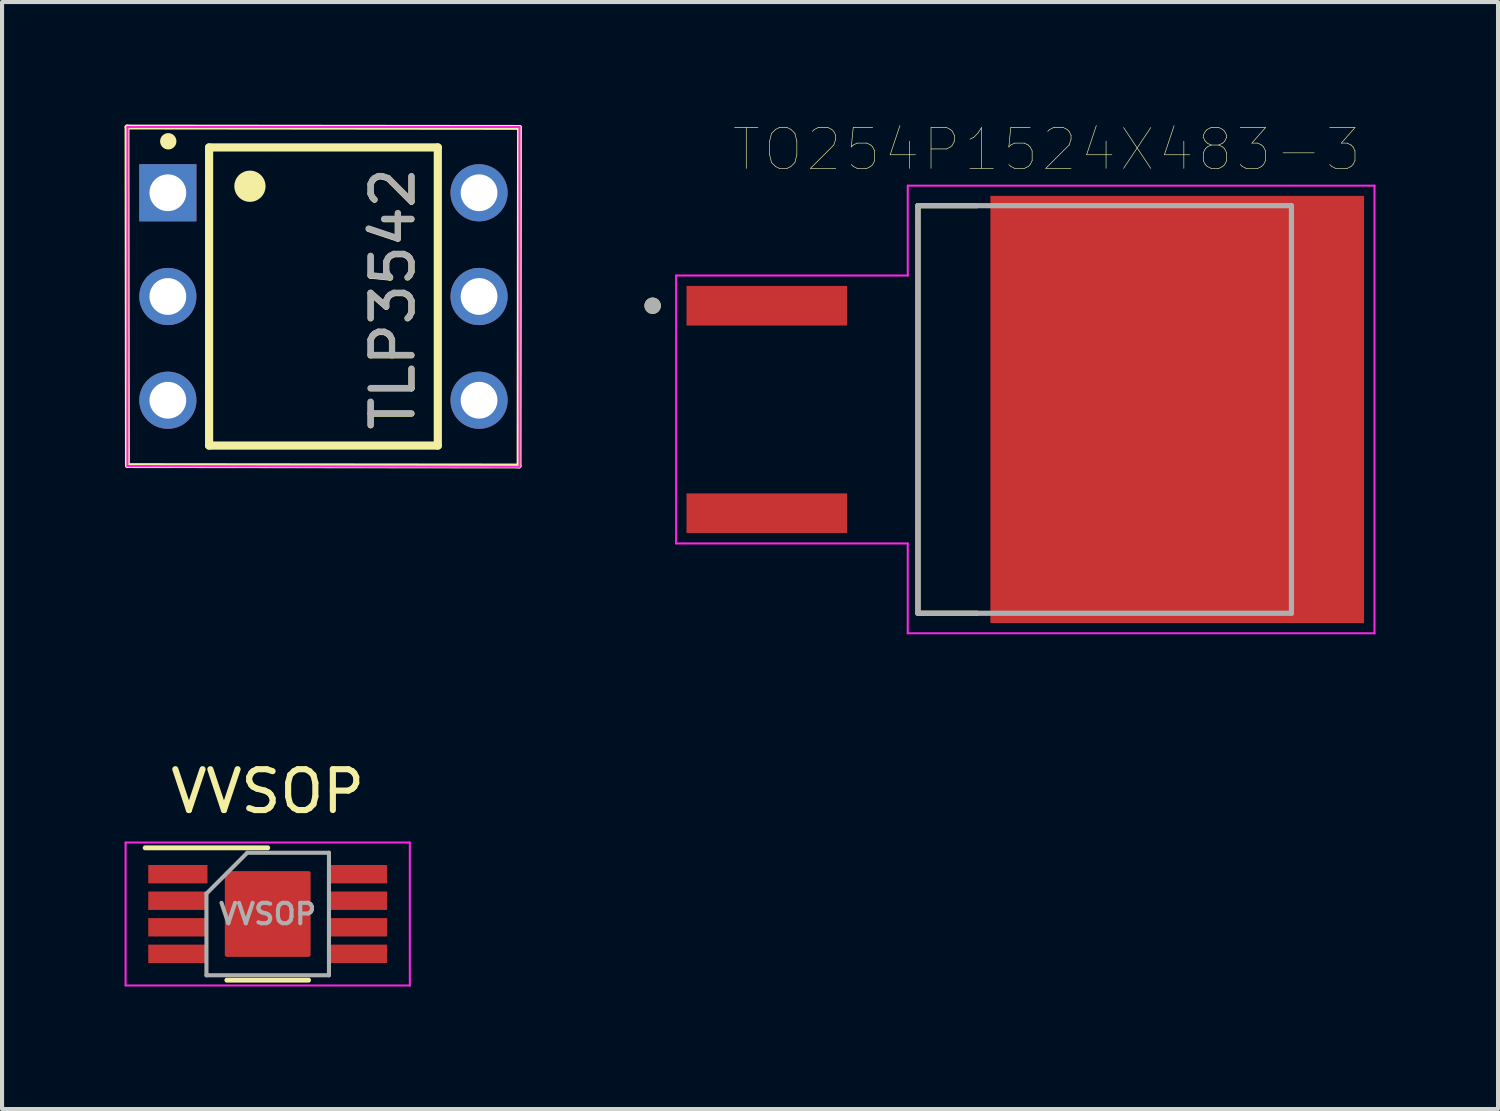
<source format=kicad_pcb>
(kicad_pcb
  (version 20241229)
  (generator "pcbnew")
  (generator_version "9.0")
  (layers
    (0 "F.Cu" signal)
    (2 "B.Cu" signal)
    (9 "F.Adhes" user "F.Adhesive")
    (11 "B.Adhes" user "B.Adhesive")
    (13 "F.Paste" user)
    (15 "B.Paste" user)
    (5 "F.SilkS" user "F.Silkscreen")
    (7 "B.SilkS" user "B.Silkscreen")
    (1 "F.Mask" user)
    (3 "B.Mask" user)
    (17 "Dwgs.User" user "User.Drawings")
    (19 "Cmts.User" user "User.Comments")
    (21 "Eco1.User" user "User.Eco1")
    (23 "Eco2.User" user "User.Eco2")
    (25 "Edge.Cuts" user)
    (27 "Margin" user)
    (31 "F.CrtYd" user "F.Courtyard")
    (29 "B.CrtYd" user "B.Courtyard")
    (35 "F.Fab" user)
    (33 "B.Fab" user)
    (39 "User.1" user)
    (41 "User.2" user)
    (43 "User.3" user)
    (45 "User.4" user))
  (footprint "TO254P1524X483-3"
    (layer "F.Cu")
    (at 22.04 6.981)
    (property "Reference" "TO254P1524X483-3" (at 0.54 -6.37 0) (layer "F.SilkS") (effects (font (size 1 1) (thickness 0.015))))
    (fp_line (start -2.613 -4.995) (end -2.613 4.985) (stroke (width 0.127) (type solid)) (layer "F.SilkS"))
    (fp_line (start -2.613 4.985) (end -1.165 4.985) (stroke (width 0.127) (type solid)) (layer "F.SilkS"))
    (fp_line (start -1.165 -4.995) (end -2.613 -4.995) (stroke (width 0.127) (type solid)) (layer "F.SilkS"))
    (fp_circle (center -9.11 -2.545) (end -9.01 -2.545) (stroke (width 0.2) (type solid)) (fill no) (layer "F.SilkS"))
    (fp_poly (pts (xy -0.555 -5.015) (xy 0.705 -5.015) (xy 0.705 -3.745) (xy -0.555 -3.745)) (stroke (width 0.01) (type solid)) (fill yes) (layer "F.Paste"))
    (fp_poly (pts (xy -0.555 -3.265) (xy 0.705 -3.265) (xy 0.705 -1.995) (xy -0.555 -1.995)) (stroke (width 0.01) (type solid)) (fill yes) (layer "F.Paste"))
    (fp_poly (pts (xy -0.555 -1.515) (xy 0.705 -1.515) (xy 0.705 -0.245) (xy -0.555 -0.245)) (stroke (width 0.01) (type solid)) (fill yes) (layer "F.Paste"))
    (fp_poly (pts (xy -0.555 0.235) (xy 0.705 0.235) (xy 0.705 1.505) (xy -0.555 1.505)) (stroke (width 0.01) (type solid)) (fill yes) (layer "F.Paste"))
    (fp_poly (pts (xy -0.555 1.985) (xy 0.705 1.985) (xy 0.705 3.255) (xy -0.555 3.255)) (stroke (width 0.01) (type solid)) (fill yes) (layer "F.Paste"))
    (fp_poly (pts (xy -0.555 3.735) (xy 0.705 3.735) (xy 0.705 5.005) (xy -0.555 5.005)) (stroke (width 0.01) (type solid)) (fill yes) (layer "F.Paste"))
    (fp_poly (pts (xy 1.275 -5.015) (xy 2.535 -5.015) (xy 2.535 -3.745) (xy 1.275 -3.745)) (stroke (width 0.01) (type solid)) (fill yes) (layer "F.Paste"))
    (fp_poly (pts (xy 1.275 -3.265) (xy 2.535 -3.265) (xy 2.535 -1.995) (xy 1.275 -1.995)) (stroke (width 0.01) (type solid)) (fill yes) (layer "F.Paste"))
    (fp_poly (pts (xy 1.275 -1.515) (xy 2.535 -1.515) (xy 2.535 -0.245) (xy 1.275 -0.245)) (stroke (width 0.01) (type solid)) (fill yes) (layer "F.Paste"))
    (fp_poly (pts (xy 1.275 0.235) (xy 2.535 0.235) (xy 2.535 1.505) (xy 1.275 1.505)) (stroke (width 0.01) (type solid)) (fill yes) (layer "F.Paste"))
    (fp_poly (pts (xy 1.275 1.985) (xy 2.535 1.985) (xy 2.535 3.255) (xy 1.275 3.255)) (stroke (width 0.01) (type solid)) (fill yes) (layer "F.Paste"))
    (fp_poly (pts (xy 1.275 3.735) (xy 2.535 3.735) (xy 2.535 5.005) (xy 1.275 5.005)) (stroke (width 0.01) (type solid)) (fill yes) (layer "F.Paste"))
    (fp_poly (pts (xy 3.105 -5.015) (xy 4.365 -5.015) (xy 4.365 -3.745) (xy 3.105 -3.745)) (stroke (width 0.01) (type solid)) (fill yes) (layer "F.Paste"))
    (fp_poly (pts (xy 3.105 -3.265) (xy 4.365 -3.265) (xy 4.365 -1.995) (xy 3.105 -1.995)) (stroke (width 0.01) (type solid)) (fill yes) (layer "F.Paste"))
    (fp_poly (pts (xy 3.105 -1.515) (xy 4.365 -1.515) (xy 4.365 -0.245) (xy 3.105 -0.245)) (stroke (width 0.01) (type solid)) (fill yes) (layer "F.Paste"))
    (fp_poly (pts (xy 3.105 0.235) (xy 4.365 0.235) (xy 4.365 1.505) (xy 3.105 1.505)) (stroke (width 0.01) (type solid)) (fill yes) (layer "F.Paste"))
    (fp_poly (pts (xy 3.105 1.985) (xy 4.365 1.985) (xy 4.365 3.255) (xy 3.105 3.255)) (stroke (width 0.01) (type solid)) (fill yes) (layer "F.Paste"))
    (fp_poly (pts (xy 3.105 3.735) (xy 4.365 3.735) (xy 4.365 5.005) (xy 3.105 5.005)) (stroke (width 0.01) (type solid)) (fill yes) (layer "F.Paste"))
    (fp_poly (pts (xy 4.935 -5.015) (xy 6.195 -5.015) (xy 6.195 -3.745) (xy 4.935 -3.745)) (stroke (width 0.01) (type solid)) (fill yes) (layer "F.Paste"))
    (fp_poly (pts (xy 4.935 -3.265) (xy 6.195 -3.265) (xy 6.195 -1.995) (xy 4.935 -1.995)) (stroke (width 0.01) (type solid)) (fill yes) (layer "F.Paste"))
    (fp_poly (pts (xy 4.935 -1.515) (xy 6.195 -1.515) (xy 6.195 -0.245) (xy 4.935 -0.245)) (stroke (width 0.01) (type solid)) (fill yes) (layer "F.Paste"))
    (fp_poly (pts (xy 4.935 0.235) (xy 6.195 0.235) (xy 6.195 1.505) (xy 4.935 1.505)) (stroke (width 0.01) (type solid)) (fill yes) (layer "F.Paste"))
    (fp_poly (pts (xy 4.935 1.985) (xy 6.195 1.985) (xy 6.195 3.255) (xy 4.935 3.255)) (stroke (width 0.01) (type solid)) (fill yes) (layer "F.Paste"))
    (fp_poly (pts (xy 4.935 3.735) (xy 6.195 3.735) (xy 6.195 5.005) (xy 4.935 5.005)) (stroke (width 0.01) (type solid)) (fill yes) (layer "F.Paste"))
    (fp_poly (pts (xy 6.765 -5.015) (xy 8.025 -5.015) (xy 8.025 -3.745) (xy 6.765 -3.745)) (stroke (width 0.01) (type solid)) (fill yes) (layer "F.Paste"))
    (fp_poly (pts (xy 6.765 -3.265) (xy 8.025 -3.265) (xy 8.025 -1.995) (xy 6.765 -1.995)) (stroke (width 0.01) (type solid)) (fill yes) (layer "F.Paste"))
    (fp_poly (pts (xy 6.765 -1.515) (xy 8.025 -1.515) (xy 8.025 -0.245) (xy 6.765 -0.245)) (stroke (width 0.01) (type solid)) (fill yes) (layer "F.Paste"))
    (fp_poly (pts (xy 6.765 0.235) (xy 8.025 0.235) (xy 8.025 1.505) (xy 6.765 1.505)) (stroke (width 0.01) (type solid)) (fill yes) (layer "F.Paste"))
    (fp_poly (pts (xy 6.765 1.985) (xy 8.025 1.985) (xy 8.025 3.255) (xy 6.765 3.255)) (stroke (width 0.01) (type solid)) (fill yes) (layer "F.Paste"))
    (fp_poly (pts (xy 6.765 3.735) (xy 8.025 3.735) (xy 8.025 5.005) (xy 6.765 5.005)) (stroke (width 0.01) (type solid)) (fill yes) (layer "F.Paste"))
    (fp_line (start -8.535 -3.285) (end -8.535 3.275) (stroke (width 0.05) (type solid)) (layer "F.CrtYd"))
    (fp_line (start -8.535 3.275) (end -2.863 3.275) (stroke (width 0.05) (type solid)) (layer "F.CrtYd"))
    (fp_line (start -2.863 -5.485) (end -2.863 -3.285) (stroke (width 0.05) (type solid)) (layer "F.CrtYd"))
    (fp_line (start -2.863 -3.285) (end -8.535 -3.285) (stroke (width 0.05) (type solid)) (layer "F.CrtYd"))
    (fp_line (start -2.863 3.275) (end -2.863 5.475) (stroke (width 0.05) (type solid)) (layer "F.CrtYd"))
    (fp_line (start -2.863 5.475) (end 8.565 5.475) (stroke (width 0.05) (type solid)) (layer "F.CrtYd"))
    (fp_line (start 8.565 -5.485) (end -2.863 -5.485) (stroke (width 0.05) (type solid)) (layer "F.CrtYd"))
    (fp_line (start 8.565 5.475) (end 8.565 -5.485) (stroke (width 0.05) (type solid)) (layer "F.CrtYd"))
    (fp_line (start -2.613 -4.995) (end 6.532 -4.995) (stroke (width 0.127) (type solid)) (layer "F.Fab"))
    (fp_line (start -2.613 4.985) (end -2.613 -4.995) (stroke (width 0.127) (type solid)) (layer "F.Fab"))
    (fp_line (start 6.532 -4.995) (end 6.532 4.985) (stroke (width 0.127) (type solid)) (layer "F.Fab"))
    (fp_line (start 6.532 4.985) (end -2.613 4.985) (stroke (width 0.127) (type solid)) (layer "F.Fab"))
    (fp_circle (center -9.11 -2.545) (end -9.01 -2.545) (stroke (width 0.2) (type solid)) (fill no) (layer "F.Fab"))
    (pad "1" smd rect (at -6.315 -2.545) (size 3.93 0.97) (layers "F.Cu" "F.Mask" "F.Paste"))
    (pad "3" smd rect (at -6.315 2.535) (size 3.93 0.97) (layers "F.Cu" "F.Mask" "F.Paste"))
    (pad "4" smd rect (at 3.735 -0.005) (size 9.15 10.46) (layers "F.Cu" "F.Mask")))
  (footprint "VVSOP"
    (layer "F.Cu")
    (at 3.505 19.33)
    (property "Reference" "VVSOP" (at 0 -3 0) (layer "F.SilkS") (effects (font (size 1 1) (thickness 0.15))))
    (fp_poly (pts (xy 1 1) (xy -1 1) (xy -1 -1) (xy 1 -1)) (stroke (width 0.1) (type solid)) (fill yes) (layer "F.Cu"))
    (fp_line (start 0 -1.62) (end -3 -1.62) (stroke (width 0.12) (type solid)) (layer "F.SilkS"))
    (fp_line (start 1 1.62) (end -1 1.62) (stroke (width 0.12) (type solid)) (layer "F.SilkS"))
    (fp_line (start -3.48 -1.75) (end 3.48 -1.75) (stroke (width 0.05) (type solid)) (layer "F.CrtYd"))
    (fp_line (start -3.48 1.75) (end -3.48 -1.75) (stroke (width 0.05) (type solid)) (layer "F.CrtYd"))
    (fp_line (start 3.48 -1.75) (end 3.48 1.75) (stroke (width 0.05) (type solid)) (layer "F.CrtYd"))
    (fp_line (start 3.48 1.75) (end -3.48 1.75) (stroke (width 0.05) (type solid)) (layer "F.CrtYd"))
    (fp_line (start -1.5 1.5) (end -1.5 -0.5) (stroke (width 0.1) (type solid)) (layer "F.Fab"))
    (fp_line (start -0.5 -1.5) (end -1.5 -0.5) (stroke (width 0.1) (type solid)) (layer "F.Fab"))
    (fp_line (start -0.5 -1.5) (end 1.5 -1.5) (stroke (width 0.1) (type solid)) (layer "F.Fab"))
    (fp_line (start 1.5 -1.5) (end 1.5 1.5) (stroke (width 0.1) (type solid)) (layer "F.Fab"))
    (fp_line (start 1.5 1.5) (end -1.5 1.5) (stroke (width 0.1) (type solid)) (layer "F.Fab"))
    (fp_text user "${REFERENCE}" (at 0 0 0) (layer "F.Fab") (effects (font (size 0.5 0.5) (thickness 0.1))))
    (pad "1" smd rect (at -2.2 -0.975 270) (size 0.45 1.45) (layers "F.Cu" "F.Mask" "F.Paste"))
    (pad "2" smd rect (at -2.2 -0.325 270) (size 0.45 1.45) (layers "F.Cu" "F.Mask" "F.Paste"))
    (pad "3" smd rect (at -2.2 0.325 270) (size 0.45 1.45) (layers "F.Cu" "F.Mask" "F.Paste"))
    (pad "4" smd rect (at -2.2 0.975 270) (size 0.45 1.45) (layers "F.Cu" "F.Mask" "F.Paste"))
    (pad "5" smd rect (at 2.2 0.975 270) (size 0.45 1.45) (layers "F.Cu" "F.Mask" "F.Paste"))
    (pad "6" smd rect (at 2.2 0.325 270) (size 0.45 1.45) (layers "F.Cu" "F.Mask" "F.Paste"))
    (pad "7" smd rect (at 2.2 -0.325 270) (size 0.45 1.45) (layers "F.Cu" "F.Mask" "F.Paste"))
    (pad "8" smd rect (at 2.2 -0.975 270) (size 0.45 1.45) (layers "F.Cu" "F.Mask" "F.Paste")))
  (footprint "TLP3542"
    (layer "F.Cu")
    (at 4.9 4.27)
    (property "Reference" "TLP3542" (at 1.67 0 90) (unlocked yes) (layer "F.SilkS") (effects (font (size 1 1) (thickness 0.15))))
    (fp_line (start -4.84 -4.21) (end 4.77 -4.2) (stroke (width 0.12) (type solid)) (layer "F.SilkS"))
    (fp_line (start -4.83 4.08) (end -4.84 -4.21) (stroke (width 0.12) (type solid)) (layer "F.SilkS"))
    (fp_line (start -2.83 -3.71) (end 2.77 -3.71) (stroke (width 0.2) (type solid)) (layer "F.SilkS"))
    (fp_line (start -2.83 3.59) (end -2.83 -3.71) (stroke (width 0.2) (type solid)) (layer "F.SilkS"))
    (fp_line (start -2.03 -2.66) (end -1.83 -2.96) (stroke (width 0.2) (type solid)) (layer "F.SilkS"))
    (fp_line (start -2.03 -2.66) (end -1.83 -2.76) (stroke (width 0.2) (type solid)) (layer "F.SilkS"))
    (fp_line (start -1.83 -2.96) (end -1.63 -2.76) (stroke (width 0.2) (type solid)) (layer "F.SilkS"))
    (fp_line (start -1.73 -2.56) (end -2.03 -2.66) (stroke (width 0.2) (type solid)) (layer "F.SilkS"))
    (fp_line (start -1.63 -2.76) (end -1.73 -2.56) (stroke (width 0.2) (type solid)) (layer "F.SilkS"))
    (fp_line (start 2.77 -3.71) (end 2.77 3.59) (stroke (width 0.2) (type solid)) (layer "F.SilkS"))
    (fp_line (start 2.77 3.59) (end -2.83 3.59) (stroke (width 0.2) (type solid)) (layer "F.SilkS"))
    (fp_line (start 4.76 4.09) (end -4.83 4.08) (stroke (width 0.12) (type solid)) (layer "F.SilkS"))
    (fp_line (start 4.77 -4.2) (end 4.76 4.09) (stroke (width 0.12) (type solid)) (layer "F.SilkS"))
    (fp_circle (center -3.83 -3.86) (end -3.73 -3.86) (stroke (width 0.2) (type solid)) (fill no) (layer "F.SilkS"))
    (fp_circle (center -1.83 -2.76) (end -1.547 -2.76) (stroke (width 0.2) (type solid)) (fill no) (layer "F.SilkS"))
    (fp_line (start -4.83 -4.21) (end 4.77 -4.21) (stroke (width 0.05) (type solid)) (layer "F.CrtYd"))
    (fp_line (start -4.83 4.09) (end -4.83 -4.21) (stroke (width 0.05) (type solid)) (layer "F.CrtYd"))
    (fp_line (start 4.77 -4.21) (end 4.77 4.09) (stroke (width 0.05) (type solid)) (layer "F.CrtYd"))
    (fp_line (start 4.77 4.11) (end -4.83 4.09) (stroke (width 0.05) (type solid)) (layer "F.CrtYd"))
    (fp_text user "${REFERENCE}" (at 1.67 -0.01 90) (unlocked yes) (layer "F.Fab") (effects (font (size 1 1) (thickness 0.15))))
    (pad "1" thru_hole rect (at -3.84 -2.6) (size 1.4 1.4) (drill 0.9) (layers "*.Cu" "*.Mask"))
    (pad "2" thru_hole circle (at -3.84 -0.06) (size 1.4 1.4) (drill 0.9) (layers "*.Cu" "*.Mask"))
    (pad "3" thru_hole circle (at -3.84 2.48) (size 1.4 1.4) (drill 0.9) (layers "*.Cu" "*.Mask"))
    (pad "4" thru_hole circle (at 3.78 2.48) (size 1.4 1.4) (drill 0.9) (layers "*.Cu" "*.Mask"))
    (pad "5" thru_hole circle (at 3.78 -0.06) (size 1.4 1.4) (drill 0.9) (layers "*.Cu" "*.Mask"))
    (pad "6" thru_hole circle (at 3.78 -2.6) (size 1.4 1.4) (drill 0.9) (layers "*.Cu" "*.Mask")))
  (gr_rect
    (start -3 -3)
    (end 33.63 24.105)
    (stroke (width 0.1) (type default))
    (fill no)
    (layer "Edge.Cuts")))
</source>
